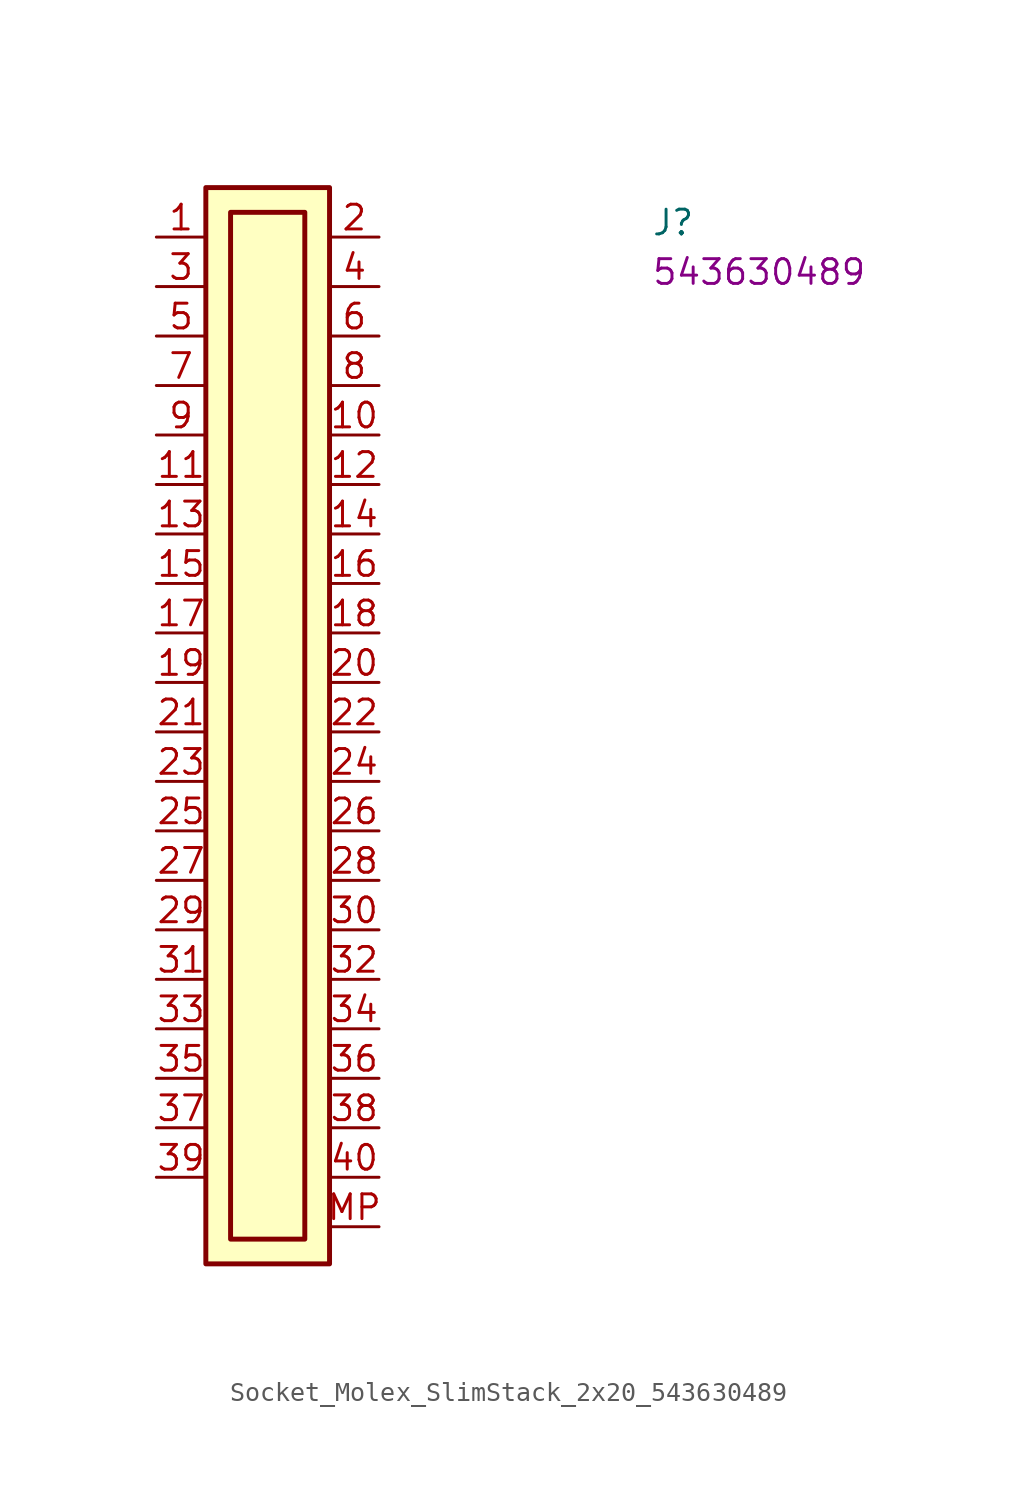
<source format=kicad_sym>
(kicad_symbol_lib
  (version 20220914)
  (generator kicad_symbol_editor)
  (symbol "Socket_Molex_SlimStack_2x20_543630489"
    (property "Reference" "J"
      (at 25.4 0 0)
      (effects (font (size 1.27 1.27) (thickness 0.15)) (justify left bottom)))
    (property "MPN" "543630489"
      (at 25.4 -2.54 0)
      (effects (font (size 1.27 1.27) (thickness 0.15)) (justify left bottom)))
    (symbol "Socket_Molex_SlimStack_2x20_543630489_1_1"
      (rectangle (start 2.54 2.54) (end 8.89 -52.705) (stroke (width 0.254) (type default)) (fill (type background)))
      (rectangle (start 3.81 1.27) (end 7.62 -51.435) (stroke (width 0.254) (type default)) (fill (type background)))
      (pin passive line (at 0 0 0) (length 2.54) (name "~" (effects (font (size 1.27 1.27)))) (number "1" (effects (font (size 1.27 1.27)))))
      (pin passive line (at 11.43 -10.16 180) (length 2.54) (name "~" (effects (font (size 1.27 1.27)))) (number "10" (effects (font (size 1.27 1.27)))))
      (pin passive line (at 0 -12.7 0) (length 2.54) (name "~" (effects (font (size 1.27 1.27)))) (number "11" (effects (font (size 1.27 1.27)))))
      (pin passive line (at 11.43 -12.7 180) (length 2.54) (name "~" (effects (font (size 1.27 1.27)))) (number "12" (effects (font (size 1.27 1.27)))))
      (pin passive line (at 0 -15.24 0) (length 2.54) (name "~" (effects (font (size 1.27 1.27)))) (number "13" (effects (font (size 1.27 1.27)))))
      (pin passive line (at 11.43 -15.24 180) (length 2.54) (name "~" (effects (font (size 1.27 1.27)))) (number "14" (effects (font (size 1.27 1.27)))))
      (pin passive line (at 0 -17.78 0) (length 2.54) (name "~" (effects (font (size 1.27 1.27)))) (number "15" (effects (font (size 1.27 1.27)))))
      (pin passive line (at 11.43 -17.78 180) (length 2.54) (name "~" (effects (font (size 1.27 1.27)))) (number "16" (effects (font (size 1.27 1.27)))))
      (pin passive line (at 0 -20.32 0) (length 2.54) (name "~" (effects (font (size 1.27 1.27)))) (number "17" (effects (font (size 1.27 1.27)))))
      (pin passive line (at 11.43 -20.32 180) (length 2.54) (name "~" (effects (font (size 1.27 1.27)))) (number "18" (effects (font (size 1.27 1.27)))))
      (pin passive line (at 0 -22.86 0) (length 2.54) (name "~" (effects (font (size 1.27 1.27)))) (number "19" (effects (font (size 1.27 1.27)))))
      (pin passive line (at 11.43 0 180) (length 2.54) (name "~" (effects (font (size 1.27 1.27)))) (number "2" (effects (font (size 1.27 1.27)))))
      (pin passive line (at 11.43 -22.86 180) (length 2.54) (name "~" (effects (font (size 1.27 1.27)))) (number "20" (effects (font (size 1.27 1.27)))))
      (pin passive line (at 0 -25.4 0) (length 2.54) (name "~" (effects (font (size 1.27 1.27)))) (number "21" (effects (font (size 1.27 1.27)))))
      (pin passive line (at 11.43 -25.4 180) (length 2.54) (name "~" (effects (font (size 1.27 1.27)))) (number "22" (effects (font (size 1.27 1.27)))))
      (pin passive line (at 0 -27.94 0) (length 2.54) (name "~" (effects (font (size 1.27 1.27)))) (number "23" (effects (font (size 1.27 1.27)))))
      (pin passive line (at 11.43 -27.94 180) (length 2.54) (name "~" (effects (font (size 1.27 1.27)))) (number "24" (effects (font (size 1.27 1.27)))))
      (pin passive line (at 0 -30.48 0) (length 2.54) (name "~" (effects (font (size 1.27 1.27)))) (number "25" (effects (font (size 1.27 1.27)))))
      (pin passive line (at 11.43 -30.48 180) (length 2.54) (name "~" (effects (font (size 1.27 1.27)))) (number "26" (effects (font (size 1.27 1.27)))))
      (pin passive line (at 0 -33.02 0) (length 2.54) (name "~" (effects (font (size 1.27 1.27)))) (number "27" (effects (font (size 1.27 1.27)))))
      (pin passive line (at 11.43 -33.02 180) (length 2.54) (name "~" (effects (font (size 1.27 1.27)))) (number "28" (effects (font (size 1.27 1.27)))))
      (pin passive line (at 0 -35.56 0) (length 2.54) (name "~" (effects (font (size 1.27 1.27)))) (number "29" (effects (font (size 1.27 1.27)))))
      (pin passive line (at 0 -2.54 0) (length 2.54) (name "~" (effects (font (size 1.27 1.27)))) (number "3" (effects (font (size 1.27 1.27)))))
      (pin passive line (at 11.43 -35.56 180) (length 2.54) (name "~" (effects (font (size 1.27 1.27)))) (number "30" (effects (font (size 1.27 1.27)))))
      (pin passive line (at 0 -38.1 0) (length 2.54) (name "~" (effects (font (size 1.27 1.27)))) (number "31" (effects (font (size 1.27 1.27)))))
      (pin passive line (at 11.43 -38.1 180) (length 2.54) (name "~" (effects (font (size 1.27 1.27)))) (number "32" (effects (font (size 1.27 1.27)))))
      (pin passive line (at 0 -40.64 0) (length 2.54) (name "~" (effects (font (size 1.27 1.27)))) (number "33" (effects (font (size 1.27 1.27)))))
      (pin passive line (at 11.43 -40.64 180) (length 2.54) (name "~" (effects (font (size 1.27 1.27)))) (number "34" (effects (font (size 1.27 1.27)))))
      (pin passive line (at 0 -43.18 0) (length 2.54) (name "~" (effects (font (size 1.27 1.27)))) (number "35" (effects (font (size 1.27 1.27)))))
      (pin passive line (at 11.43 -43.18 180) (length 2.54) (name "~" (effects (font (size 1.27 1.27)))) (number "36" (effects (font (size 1.27 1.27)))))
      (pin passive line (at 0 -45.72 0) (length 2.54) (name "~" (effects (font (size 1.27 1.27)))) (number "37" (effects (font (size 1.27 1.27)))))
      (pin passive line (at 11.43 -45.72 180) (length 2.54) (name "~" (effects (font (size 1.27 1.27)))) (number "38" (effects (font (size 1.27 1.27)))))
      (pin passive line (at 0 -48.26 0) (length 2.54) (name "~" (effects (font (size 1.27 1.27)))) (number "39" (effects (font (size 1.27 1.27)))))
      (pin passive line (at 11.43 -2.54 180) (length 2.54) (name "~" (effects (font (size 1.27 1.27)))) (number "4" (effects (font (size 1.27 1.27)))))
      (pin passive line (at 11.43 -48.26 180) (length 2.54) (name "~" (effects (font (size 1.27 1.27)))) (number "40" (effects (font (size 1.27 1.27)))))
      (pin passive line (at 0 -5.08 0) (length 2.54) (name "~" (effects (font (size 1.27 1.27)))) (number "5" (effects (font (size 1.27 1.27)))))
      (pin passive line (at 11.43 -5.08 180) (length 2.54) (name "~" (effects (font (size 1.27 1.27)))) (number "6" (effects (font (size 1.27 1.27)))))
      (pin passive line (at 0 -7.62 0) (length 2.54) (name "~" (effects (font (size 1.27 1.27)))) (number "7" (effects (font (size 1.27 1.27)))))
      (pin passive line (at 11.43 -7.62 180) (length 2.54) (name "~" (effects (font (size 1.27 1.27)))) (number "8" (effects (font (size 1.27 1.27)))))
      (pin passive line (at 0 -10.16 0) (length 2.54) (name "~" (effects (font (size 1.27 1.27)))) (number "9" (effects (font (size 1.27 1.27)))))
      (pin passive line (at 11.43 -50.8 180) (length 2.54) (name "~" (effects (font (size 1.27 1.27)))) (number "MP" (effects (font (size 1.27 1.27))))))))
</source>
